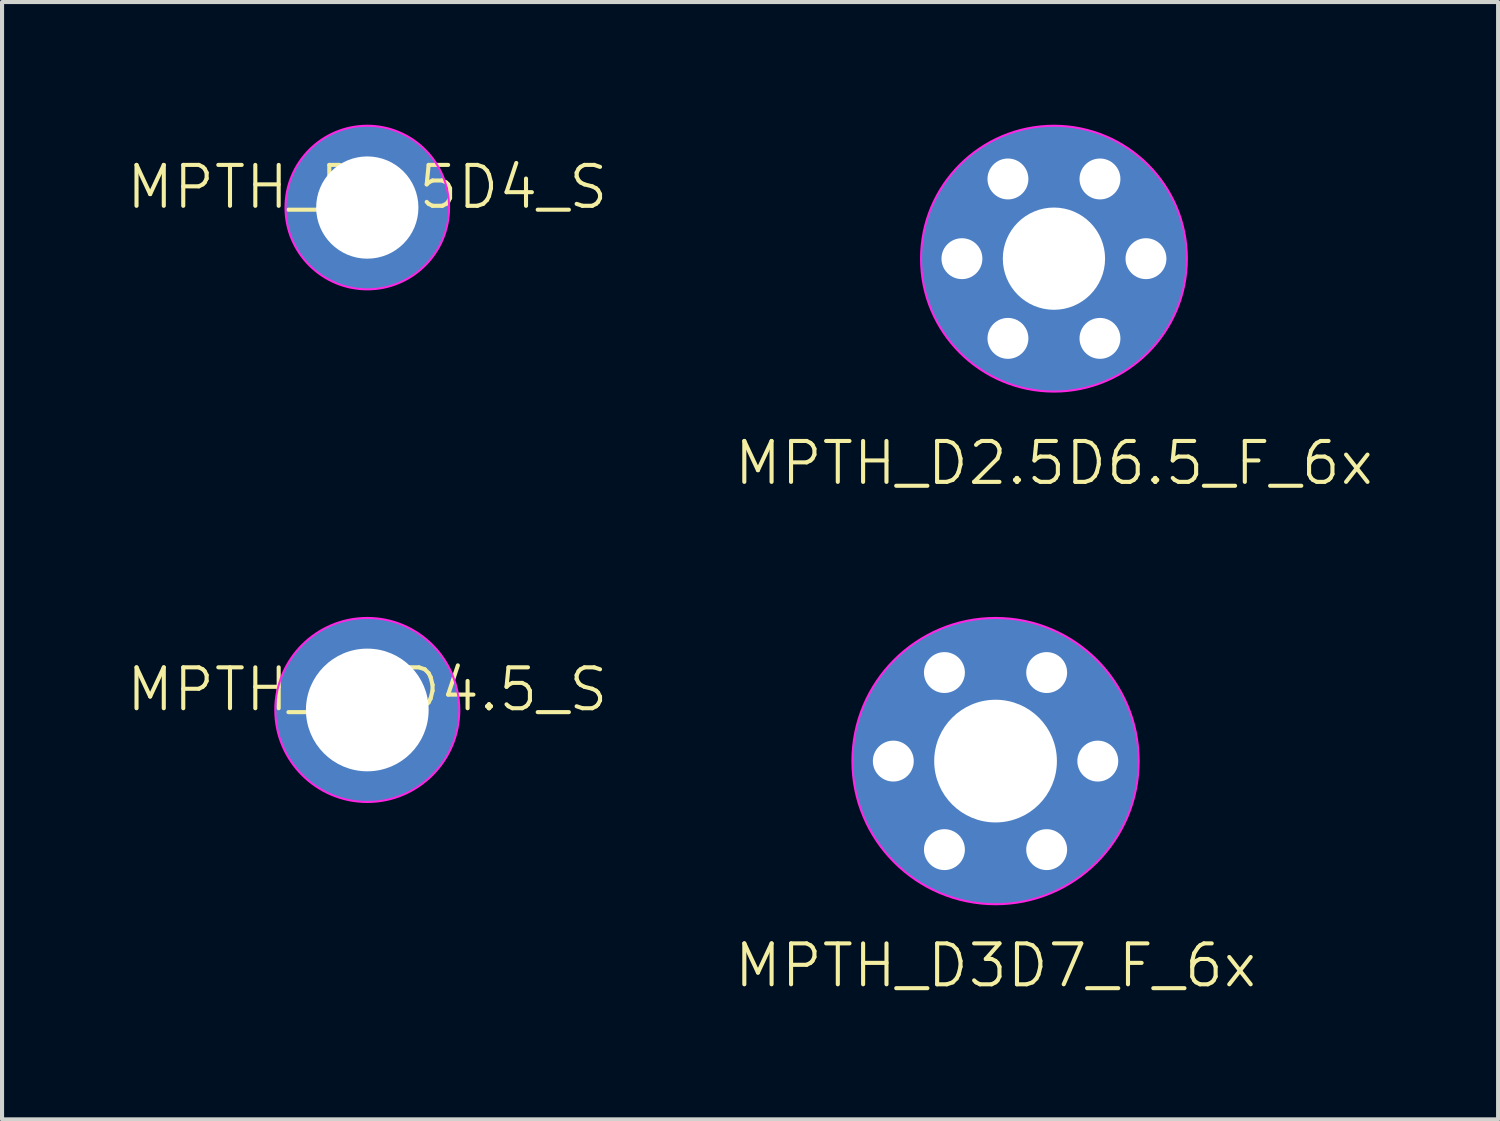
<source format=kicad_pcb>
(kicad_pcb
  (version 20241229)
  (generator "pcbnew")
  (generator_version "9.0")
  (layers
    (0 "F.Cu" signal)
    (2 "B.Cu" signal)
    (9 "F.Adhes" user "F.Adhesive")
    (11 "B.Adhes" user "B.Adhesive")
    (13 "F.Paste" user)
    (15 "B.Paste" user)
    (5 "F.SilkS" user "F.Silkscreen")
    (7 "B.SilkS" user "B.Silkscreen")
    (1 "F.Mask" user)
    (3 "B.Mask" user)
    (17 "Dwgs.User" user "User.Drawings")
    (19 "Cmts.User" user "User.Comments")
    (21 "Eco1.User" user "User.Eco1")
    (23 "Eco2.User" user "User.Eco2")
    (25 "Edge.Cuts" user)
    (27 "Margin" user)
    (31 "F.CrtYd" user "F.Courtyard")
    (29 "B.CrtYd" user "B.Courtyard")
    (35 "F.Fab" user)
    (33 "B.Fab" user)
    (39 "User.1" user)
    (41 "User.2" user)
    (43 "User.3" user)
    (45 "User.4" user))
  (footprint "MPTH_D3D4.5_S"
    (layer "F.Cu")
    (at 5.931 14.31)
    (property "Reference" "MPTH_D3D4.5_S" (at 0 -0.5 0) (unlocked yes) (layer "F.SilkS") (effects (font (size 1 1) (thickness 0.1))))
    (attr smd)
    (fp_circle (center 0 0) (end 2.25 0) (stroke (width 0.05) (type default)) (fill no) (layer "F.CrtYd"))
    (pad "1" thru_hole circle (at 0 0) (size 4.5 4.5) (drill 3) (layers "*.Cu" "*.Mask")))
  (footprint "MPTH_D2.5D4_S"
    (layer "F.Cu")
    (at 5.931 2.025)
    (property "Reference" "MPTH_D2.5D4_S" (at 0 -0.5 0) (unlocked yes) (layer "F.SilkS") (effects (font (size 1 1) (thickness 0.1))))
    (attr smd)
    (fp_circle (center 0 0) (end 2 0) (stroke (width 0.05) (type default)) (fill no) (layer "F.CrtYd"))
    (pad "1" thru_hole circle (at 0 0) (size 4 4) (drill 2.5) (layers "*.Cu" "*.Mask")))
  (footprint "MPTH_D2.5D6.5_F_6x"
    (layer "F.Cu")
    (at 22.721 3.275)
    (property "Reference" "MPTH_D2.5D6.5_F_6x" (at 0 5 0) (unlocked yes) (layer "F.SilkS") (effects (font (size 1 1) (thickness 0.1))))
    (attr smd)
    (fp_circle (center 0 0) (end 3.25 0) (stroke (width 0.05) (type default)) (fill no) (layer "F.CrtYd"))
    (pad "1" thru_hole circle (at -2.25 0) (size 1.5 1.5) (drill 1) (layers "*.Cu" "*.Mask"))
    (pad "1" thru_hole circle (at -1.125 -1.949) (size 1.5 1.5) (drill 1) (layers "*.Cu" "*.Mask"))
    (pad "1" thru_hole circle (at -1.125 1.949) (size 1.5 1.5) (drill 1) (layers "*.Cu" "*.Mask"))
    (pad "1" thru_hole circle (at 0 0) (size 6.5 6.5) (drill 2.5) (layers "*.Cu" "*.Mask"))
    (pad "1" thru_hole circle (at 1.125 -1.949) (size 1.5 1.5) (drill 1) (layers "*.Cu" "*.Mask"))
    (pad "1" thru_hole circle (at 1.125 1.949) (size 1.5 1.5) (drill 1) (layers "*.Cu" "*.Mask"))
    (pad "1" thru_hole circle (at 2.25 0) (size 1.5 1.5) (drill 1) (layers "*.Cu" "*.Mask")))
  (footprint "MPTH_D3D7_F_6x"
    (layer "F.Cu")
    (at 21.293 15.56)
    (property "Reference" "MPTH_D3D7_F_6x" (at 0 5 0) (unlocked yes) (layer "F.SilkS") (effects (font (size 1 1) (thickness 0.1))))
    (attr smd)
    (fp_circle (center 0 0) (end 3.5 0) (stroke (width 0.05) (type default)) (fill no) (layer "F.CrtYd"))
    (pad "1" thru_hole circle (at -2.5 0) (size 1.5 1.5) (drill 1) (layers "*.Cu" "*.Mask"))
    (pad "1" thru_hole circle (at -1.25 -2.165) (size 1.5 1.5) (drill 1) (layers "*.Cu" "*.Mask"))
    (pad "1" thru_hole circle (at -1.25 2.165) (size 1.5 1.5) (drill 1) (layers "*.Cu" "*.Mask"))
    (pad "1" thru_hole circle (at 0 0) (size 7 7) (drill 3) (layers "*.Cu" "*.Mask"))
    (pad "1" thru_hole circle (at 1.25 -2.165) (size 1.5 1.5) (drill 1) (layers "*.Cu" "*.Mask"))
    (pad "1" thru_hole circle (at 1.25 2.165) (size 1.5 1.5) (drill 1) (layers "*.Cu" "*.Mask"))
    (pad "1" thru_hole circle (at 2.5 0) (size 1.5 1.5) (drill 1) (layers "*.Cu" "*.Mask")))
  (gr_rect
    (start -3 -3)
    (end 33.581 24.321)
    (stroke (width 0.1) (type default))
    (fill no)
    (layer "Edge.Cuts")))
</source>
